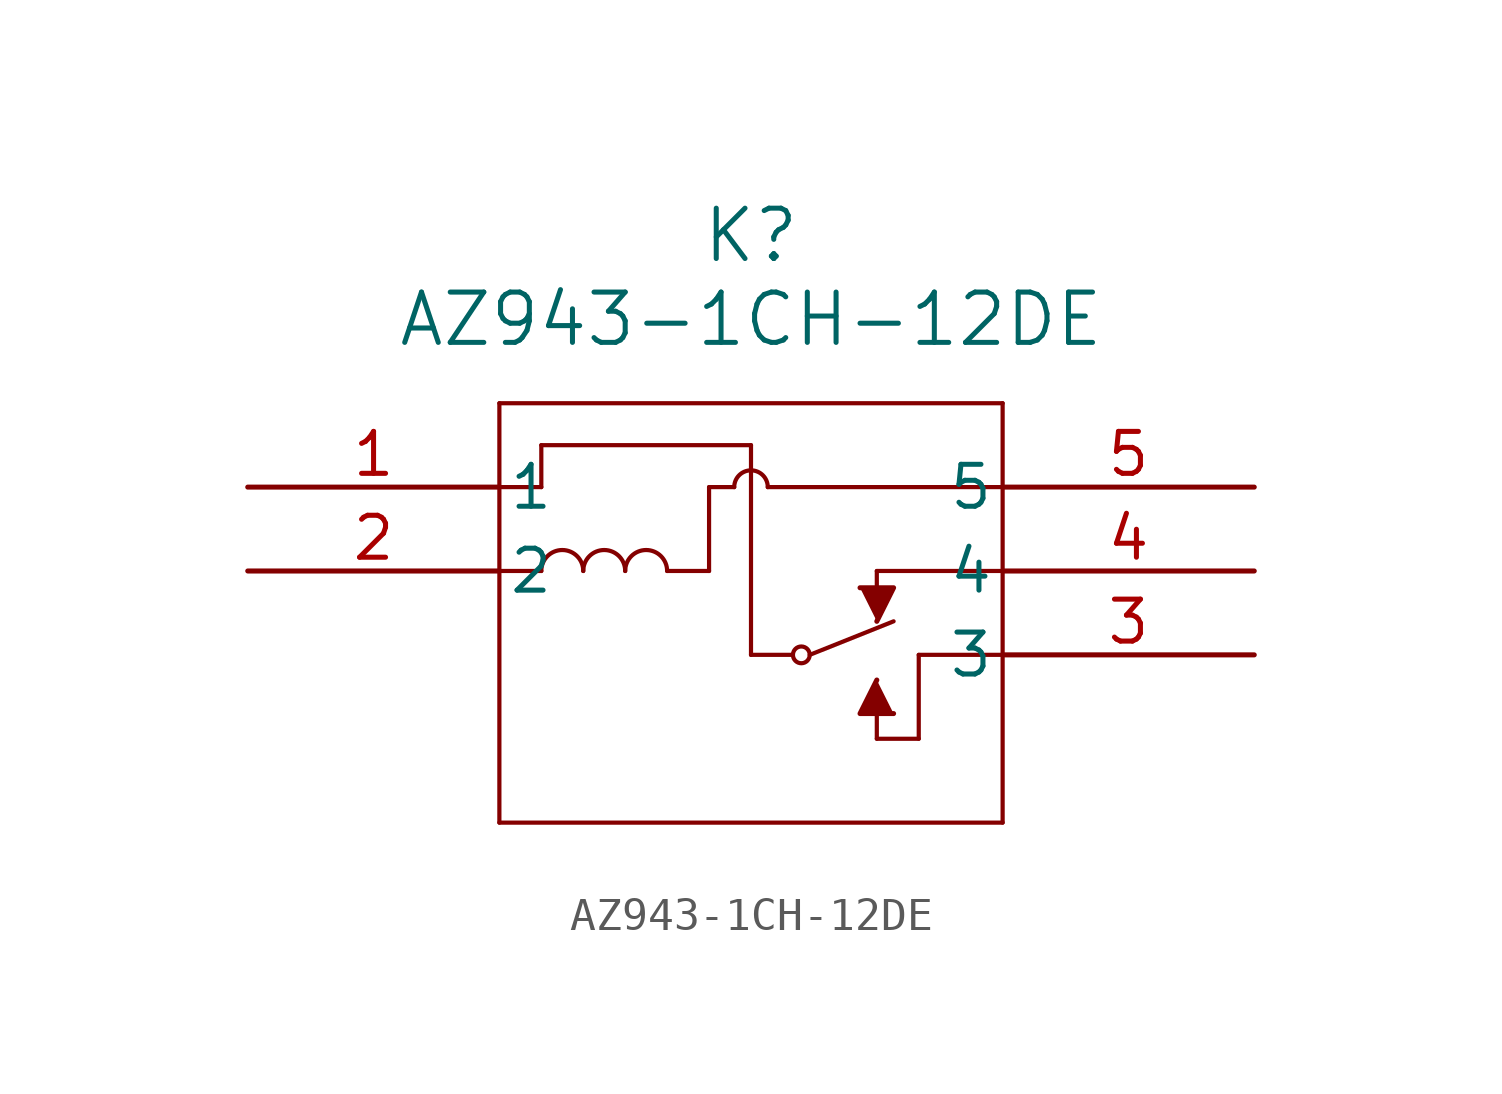
<source format=kicad_sym>
(kicad_symbol_lib
  (version 20211014)
  (generator kicad_symbol_editor)
  (symbol "AZ943-1CH-12DE"
    (pin_names
      (offset 0.254))
    (property "Reference" "K"
      (at 15.24 7.62 0)
      (effects (font (size 1.524 1.524))))
    (property "Value" "AZ943-1CH-12DE"
      (at 15.24 5.08 0)
      (effects (font (size 1.524 1.524))))
    (symbol "AZ943-1CH-12DE_0_1"
      (polyline (pts (xy 7.62 2.54) (xy 7.62 -10.16)) (stroke (width 0.127) (type default) (color 0 0 0 0)) (fill (type none)))
      (polyline (pts (xy 7.62 -10.16) (xy 22.86 -10.16)) (stroke (width 0.127) (type default) (color 0 0 0 0)) (fill (type none)))
      (polyline (pts (xy 22.86 -10.16) (xy 22.86 2.54)) (stroke (width 0.127) (type default) (color 0 0 0 0)) (fill (type none)))
      (polyline (pts (xy 22.86 2.54) (xy 7.62 2.54)) (stroke (width 0.127) (type default) (color 0 0 0 0)) (fill (type none)))
      (polyline (pts (xy 7.62 -2.54) (xy 8.89 -2.54)) (stroke (width 0.127) (type default) (color 0 0 0 0)) (fill (type none)))
      (polyline (pts (xy 7.62 0) (xy 8.89 0)) (stroke (width 0.127) (type default) (color 0 0 0 0)) (fill (type none)))
      (polyline (pts (xy 8.89 0) (xy 8.89 1.27)) (stroke (width 0.127) (type default) (color 0 0 0 0)) (fill (type none)))
      (polyline (pts (xy 8.89 1.27) (xy 15.24 1.27)) (stroke (width 0.127) (type default) (color 0 0 0 0)) (fill (type none)))
      (polyline (pts (xy 15.24 -5.08) (xy 16.51 -5.08)) (stroke (width 0.127) (type default) (color 0 0 0 0)) (fill (type none)))
      (polyline (pts (xy 22.86 -5.08) (xy 20.32 -5.08)) (stroke (width 0.127) (type default) (color 0 0 0 0)) (fill (type none)))
      (polyline (pts (xy 22.86 0) (xy 15.748 0)) (stroke (width 0.127) (type default) (color 0 0 0 0)) (fill (type none)))
      (arc (start 10.16 -2.54) (mid 9.525 -1.905) (end 8.89 -2.54) (stroke (width 0.127) (type default) (color 0 0 0 0)) (fill (type none)))
      (arc (start 12.7 -2.54) (mid 12.065 -1.905) (end 11.43 -2.54) (stroke (width 0.127) (type default) (color 0 0 0 0)) (fill (type none)))
      (arc (start 11.43 -2.54) (mid 10.795 -1.905) (end 10.16 -2.54) (stroke (width 0.127) (type default) (color 0 0 0 0)) (fill (type none)))
      (polyline (pts (xy 12.7 -2.54) (xy 13.97 -2.54)) (stroke (width 0.127) (type default) (color 0 0 0 0)) (fill (type none)))
      (polyline (pts (xy 13.97 -2.54) (xy 13.97 0)) (stroke (width 0.127) (type default) (color 0 0 0 0)) (fill (type none)))
      (polyline (pts (xy 15.24 1.27) (xy 15.24 -5.08)) (stroke (width 0.127) (type default) (color 0 0 0 0)) (fill (type none)))
      (polyline (pts (xy 19.05 -2.54) (xy 22.86 -2.54)) (stroke (width 0.127) (type default) (color 0 0 0 0)) (fill (type none)))
      (polyline (pts (xy 19.05 -2.54) (xy 19.05 -3.81)) (stroke (width 0.127) (type default) (color 0 0 0 0)) (fill (type none)))
      (polyline (pts (xy 13.97 0) (xy 14.732 0)) (stroke (width 0.127) (type default) (color 0 0 0 0)) (fill (type none)))
      (polyline (pts (xy 19.05 -7.62) (xy 20.32 -7.62)) (stroke (width 0.127) (type default) (color 0 0 0 0)) (fill (type none)))
      (polyline (pts (xy 20.32 -7.62) (xy 20.32 -5.08)) (stroke (width 0.127) (type default) (color 0 0 0 0)) (fill (type none)))
      (polyline (pts (xy 19.05 -7.62) (xy 19.05 -6.35)) (stroke (width 0.127) (type default) (color 0 0 0 0)) (fill (type none)))
      (circle (center 16.764 -5.08) (radius 0.254) (stroke (width 0.127) (type default) (color 0 0 0 0)) (fill (type none)))
      (polyline (pts (xy 17.018 -5.08) (xy 19.558 -4.064)) (stroke (width 0.127) (type default) (color 0 0 0 0)) (fill (type none)))
      (arc (start 15.748 0) (mid 15.24 0.508) (end 14.732 0) (stroke (width 0.127) (type default) (color 0 0 0 0)) (fill (type none)))
      (polyline (pts (xy 19.05 -4.064) (xy 19.558 -3.048) (xy 18.542 -3.048)) (stroke (width 0) (type default) (color 0 0 0 0)) (fill (type outline)))
      (polyline (pts (xy 19.05 -5.842) (xy 18.542 -6.858) (xy 19.558 -6.858)) (stroke (width 0) (type default) (color 0 0 0 0)) (fill (type outline)))
      (pin unspecified line (at 0 0 0) (length 7.62) (name "1" (effects (font (size 1.27 1.27)))) (number "1" (effects (font (size 1.27 1.27)))))
      (pin unspecified line (at 0 -2.54 0) (length 7.62) (name "2" (effects (font (size 1.27 1.27)))) (number "2" (effects (font (size 1.27 1.27)))))
      (pin unspecified line (at 30.48 -5.08 180) (length 7.62) (name "3" (effects (font (size 1.27 1.27)))) (number "3" (effects (font (size 1.27 1.27)))))
      (pin unspecified line (at 30.48 -2.54 180) (length 7.62) (name "4" (effects (font (size 1.27 1.27)))) (number "4" (effects (font (size 1.27 1.27)))))
      (pin unspecified line (at 30.48 0 180) (length 7.62) (name "5" (effects (font (size 1.27 1.27)))) (number "5" (effects (font (size 1.27 1.27))))))))
</source>
